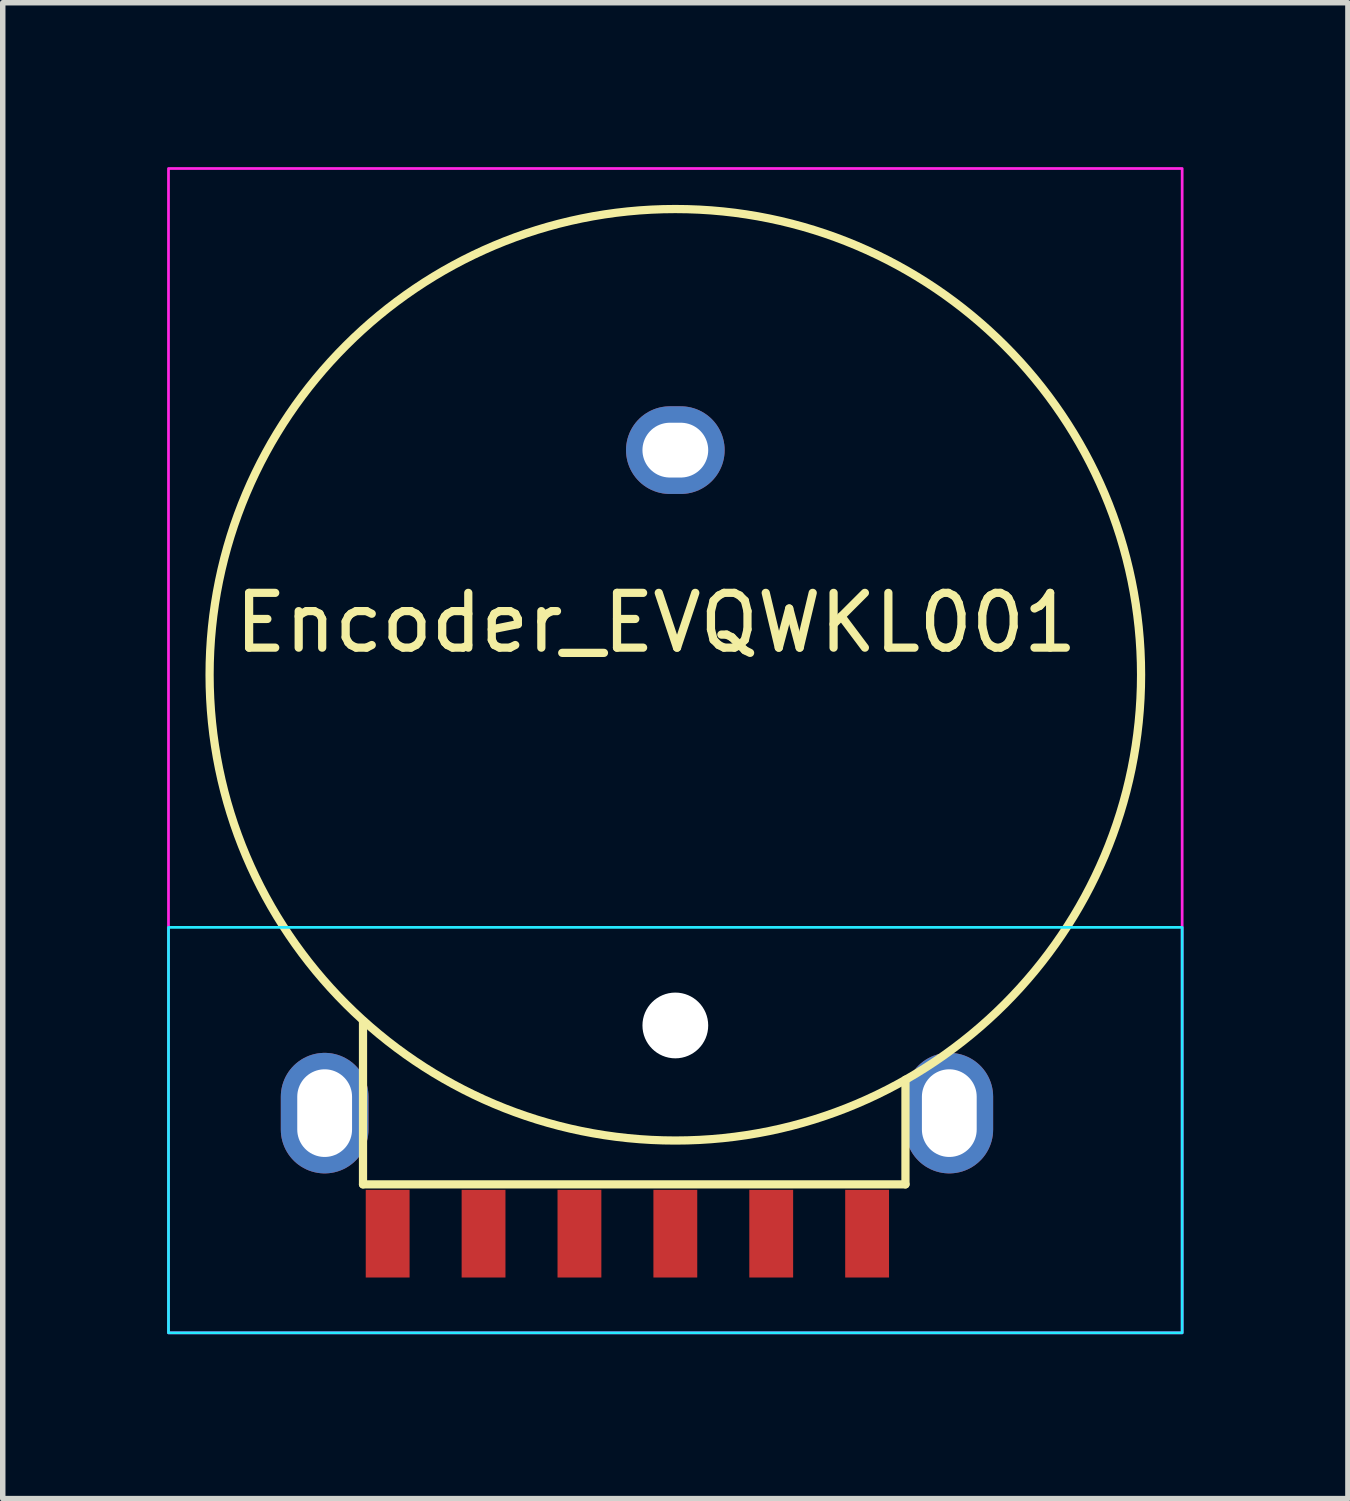
<source format=kicad_pcb>
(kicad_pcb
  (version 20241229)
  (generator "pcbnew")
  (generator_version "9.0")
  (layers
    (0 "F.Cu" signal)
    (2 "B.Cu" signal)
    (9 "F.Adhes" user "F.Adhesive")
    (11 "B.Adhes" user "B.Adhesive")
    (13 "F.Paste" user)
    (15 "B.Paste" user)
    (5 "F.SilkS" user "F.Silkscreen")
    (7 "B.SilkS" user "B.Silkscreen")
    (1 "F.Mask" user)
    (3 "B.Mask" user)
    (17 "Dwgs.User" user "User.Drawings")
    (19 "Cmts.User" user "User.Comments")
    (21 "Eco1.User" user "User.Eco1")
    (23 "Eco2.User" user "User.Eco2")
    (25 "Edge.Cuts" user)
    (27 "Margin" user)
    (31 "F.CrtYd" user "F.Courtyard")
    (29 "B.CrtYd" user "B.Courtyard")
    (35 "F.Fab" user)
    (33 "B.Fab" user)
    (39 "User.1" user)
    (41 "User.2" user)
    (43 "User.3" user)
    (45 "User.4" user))
  (footprint "Encoder_EVQWKL001"
    (layer "F.Cu")
    (at 9.275 15.665)
    (property "Reference" "Encoder_EVQWKL001" (at -0.35 -7.35 0) (layer "F.SilkS") (effects (font (size 1 1) (thickness 0.15))))
    (attr through_hole)
    (fp_line (start -5.7 -0.08) (end -5.7 2.9) (stroke (width 0.15) (type solid)) (layer "F.SilkS"))
    (fp_line (start -5.7 2.9) (end 4.2 2.9) (stroke (width 0.15) (type solid)) (layer "F.SilkS"))
    (fp_line (start 4.2 2.9) (end 4.2 0.99) (stroke (width 0.15) (type solid)) (layer "F.SilkS"))
    (fp_circle (center 0 -6.4) (end 8.5 -6.4) (stroke (width 0.15) (type solid)) (fill no) (layer "F.SilkS"))
    (fp_rect (start -9.25 -1.79) (end 9.25 5.61) (stroke (width 0.05) (type default)) (fill no) (layer "B.CrtYd"))
    (fp_rect (start -9.25 -15.64) (end 9.25 5.61) (stroke (width 0.05) (type default)) (fill no) (layer "F.CrtYd"))
    (fp_circle (center 0 -6.41) (end 9 -6.41) (stroke (width 0.15) (type solid)) (fill no) (layer "User.1"))
    (pad "" np_thru_hole circle (at 0 0) (size 1.2 1.2) (drill 1.2) (layers "*.Cu"))
    (pad "A" smd rect (at -5.25 3.8) (size 0.8 1.6) (layers "F.Cu" "F.Mask" "F.Paste"))
    (pad "B" smd rect (at 3.5 3.8) (size 0.8 1.6) (layers "F.Cu" "F.Mask" "F.Paste"))
    (pad "C" smd rect (at -3.5 3.8) (size 0.8 1.6) (layers "F.Cu" "F.Mask" "F.Paste"))
    (pad "GND" thru_hole oval (at -6.4 1.6) (size 1.6 2.2) (drill oval 1 1.6) (layers "*.Cu" "*.Mask"))
    (pad "GND" thru_hole oval (at 0 -10.5) (size 1.8 1.6) (drill oval 1.2 1) (layers "*.Cu" "*.Mask"))
    (pad "GND" thru_hole oval (at 5 1.6) (size 1.6 2.2) (drill oval 1 1.6) (layers "*.Cu" "*.Mask"))
    (pad "S1" smd rect (at -1.75 3.8) (size 0.8 1.6) (layers "F.Cu" "F.Mask" "F.Paste"))
    (pad "S1" smd rect (at 1.75 3.8) (size 0.8 1.6) (layers "F.Cu" "F.Mask" "F.Paste"))
    (pad "S2" smd rect (at 0 3.8) (size 0.8 1.6) (layers "F.Cu" "F.Mask" "F.Paste")))
  (gr_rect
    (start -3 -3)
    (end 21.55 24.3)
    (stroke (width 0.1) (type default))
    (fill no)
    (layer "Edge.Cuts")))
</source>
